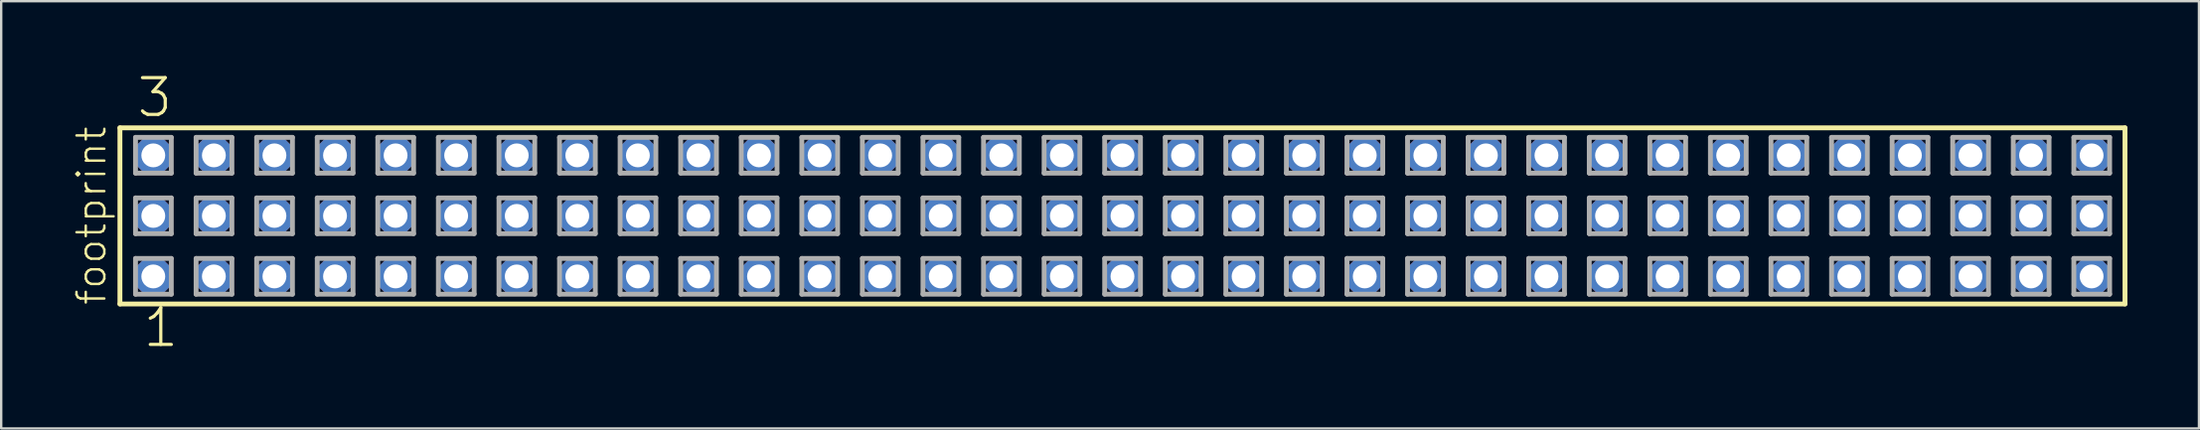
<source format=kicad_pcb>
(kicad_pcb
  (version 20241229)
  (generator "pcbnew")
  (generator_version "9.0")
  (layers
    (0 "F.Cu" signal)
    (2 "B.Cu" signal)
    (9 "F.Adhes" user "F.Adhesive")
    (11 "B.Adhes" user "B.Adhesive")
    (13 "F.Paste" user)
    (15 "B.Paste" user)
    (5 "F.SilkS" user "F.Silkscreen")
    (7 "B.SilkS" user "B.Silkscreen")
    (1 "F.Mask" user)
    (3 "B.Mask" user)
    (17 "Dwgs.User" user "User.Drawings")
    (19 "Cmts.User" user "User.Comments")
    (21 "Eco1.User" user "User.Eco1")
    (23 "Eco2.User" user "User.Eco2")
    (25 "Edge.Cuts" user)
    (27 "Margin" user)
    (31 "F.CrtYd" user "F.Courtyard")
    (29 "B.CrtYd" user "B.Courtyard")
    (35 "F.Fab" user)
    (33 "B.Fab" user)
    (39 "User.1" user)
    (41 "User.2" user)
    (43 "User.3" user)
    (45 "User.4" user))
  (footprint "footprint"
    (layer "F.Cu")
    (at 44.018 6.009)
    (property "Reference" "footprint" (at -42.545 3.81 90) (layer "F.SilkS") (effects (font (size 1.168 1.168) (thickness 0.102)) (justify left bottom)))
    (fp_line (start -42.039 -3.695) (end 42.039 -3.695) (stroke (width 0.203) (type solid)) (layer "F.SilkS"))
    (fp_line (start -42.039 3.695) (end -42.039 -3.695) (stroke (width 0.203) (type solid)) (layer "F.SilkS"))
    (fp_line (start 42.039 -3.695) (end 42.039 3.695) (stroke (width 0.203) (type solid)) (layer "F.SilkS"))
    (fp_line (start 42.039 3.695) (end -42.039 3.695) (stroke (width 0.203) (type solid)) (layer "F.SilkS"))
    (fp_line (start -41.385 -3.295) (end -39.885 -3.295) (stroke (width 0.203) (type solid)) (layer "F.Fab"))
    (fp_line (start -41.385 -1.795) (end -41.385 -3.295) (stroke (width 0.203) (type solid)) (layer "F.Fab"))
    (fp_line (start -41.385 -0.755) (end -39.885 -0.755) (stroke (width 0.203) (type solid)) (layer "F.Fab"))
    (fp_line (start -41.385 0.745) (end -41.385 -0.755) (stroke (width 0.203) (type solid)) (layer "F.Fab"))
    (fp_line (start -41.385 1.785) (end -39.885 1.785) (stroke (width 0.203) (type solid)) (layer "F.Fab"))
    (fp_line (start -41.385 3.285) (end -41.385 1.785) (stroke (width 0.203) (type solid)) (layer "F.Fab"))
    (fp_line (start -39.885 -3.295) (end -39.885 -1.795) (stroke (width 0.203) (type solid)) (layer "F.Fab"))
    (fp_line (start -39.885 -1.795) (end -41.385 -1.795) (stroke (width 0.203) (type solid)) (layer "F.Fab"))
    (fp_line (start -39.885 -0.755) (end -39.885 0.745) (stroke (width 0.203) (type solid)) (layer "F.Fab"))
    (fp_line (start -39.885 0.745) (end -41.385 0.745) (stroke (width 0.203) (type solid)) (layer "F.Fab"))
    (fp_line (start -39.885 1.785) (end -39.885 3.285) (stroke (width 0.203) (type solid)) (layer "F.Fab"))
    (fp_line (start -39.885 3.285) (end -41.385 3.285) (stroke (width 0.203) (type solid)) (layer "F.Fab"))
    (fp_line (start -38.845 -3.295) (end -37.345 -3.295) (stroke (width 0.203) (type solid)) (layer "F.Fab"))
    (fp_line (start -38.845 -1.795) (end -38.845 -3.295) (stroke (width 0.203) (type solid)) (layer "F.Fab"))
    (fp_line (start -38.845 -0.755) (end -37.345 -0.755) (stroke (width 0.203) (type solid)) (layer "F.Fab"))
    (fp_line (start -38.845 0.745) (end -38.845 -0.755) (stroke (width 0.203) (type solid)) (layer "F.Fab"))
    (fp_line (start -38.845 1.785) (end -37.345 1.785) (stroke (width 0.203) (type solid)) (layer "F.Fab"))
    (fp_line (start -38.845 3.285) (end -38.845 1.785) (stroke (width 0.203) (type solid)) (layer "F.Fab"))
    (fp_line (start -37.345 -3.295) (end -37.345 -1.795) (stroke (width 0.203) (type solid)) (layer "F.Fab"))
    (fp_line (start -37.345 -1.795) (end -38.845 -1.795) (stroke (width 0.203) (type solid)) (layer "F.Fab"))
    (fp_line (start -37.345 -0.755) (end -37.345 0.745) (stroke (width 0.203) (type solid)) (layer "F.Fab"))
    (fp_line (start -37.345 0.745) (end -38.845 0.745) (stroke (width 0.203) (type solid)) (layer "F.Fab"))
    (fp_line (start -37.345 1.785) (end -37.345 3.285) (stroke (width 0.203) (type solid)) (layer "F.Fab"))
    (fp_line (start -37.345 3.285) (end -38.845 3.285) (stroke (width 0.203) (type solid)) (layer "F.Fab"))
    (fp_line (start -36.305 -3.295) (end -34.805 -3.295) (stroke (width 0.203) (type solid)) (layer "F.Fab"))
    (fp_line (start -36.305 -1.795) (end -36.305 -3.295) (stroke (width 0.203) (type solid)) (layer "F.Fab"))
    (fp_line (start -36.305 -0.755) (end -34.805 -0.755) (stroke (width 0.203) (type solid)) (layer "F.Fab"))
    (fp_line (start -36.305 0.745) (end -36.305 -0.755) (stroke (width 0.203) (type solid)) (layer "F.Fab"))
    (fp_line (start -36.305 1.785) (end -34.805 1.785) (stroke (width 0.203) (type solid)) (layer "F.Fab"))
    (fp_line (start -36.305 3.285) (end -36.305 1.785) (stroke (width 0.203) (type solid)) (layer "F.Fab"))
    (fp_line (start -34.805 -3.295) (end -34.805 -1.795) (stroke (width 0.203) (type solid)) (layer "F.Fab"))
    (fp_line (start -34.805 -1.795) (end -36.305 -1.795) (stroke (width 0.203) (type solid)) (layer "F.Fab"))
    (fp_line (start -34.805 -0.755) (end -34.805 0.745) (stroke (width 0.203) (type solid)) (layer "F.Fab"))
    (fp_line (start -34.805 0.745) (end -36.305 0.745) (stroke (width 0.203) (type solid)) (layer "F.Fab"))
    (fp_line (start -34.805 1.785) (end -34.805 3.285) (stroke (width 0.203) (type solid)) (layer "F.Fab"))
    (fp_line (start -34.805 3.285) (end -36.305 3.285) (stroke (width 0.203) (type solid)) (layer "F.Fab"))
    (fp_line (start -33.765 -3.295) (end -32.265 -3.295) (stroke (width 0.203) (type solid)) (layer "F.Fab"))
    (fp_line (start -33.765 -1.795) (end -33.765 -3.295) (stroke (width 0.203) (type solid)) (layer "F.Fab"))
    (fp_line (start -33.765 -0.755) (end -32.265 -0.755) (stroke (width 0.203) (type solid)) (layer "F.Fab"))
    (fp_line (start -33.765 0.745) (end -33.765 -0.755) (stroke (width 0.203) (type solid)) (layer "F.Fab"))
    (fp_line (start -33.765 1.785) (end -32.265 1.785) (stroke (width 0.203) (type solid)) (layer "F.Fab"))
    (fp_line (start -33.765 3.285) (end -33.765 1.785) (stroke (width 0.203) (type solid)) (layer "F.Fab"))
    (fp_line (start -32.265 -3.295) (end -32.265 -1.795) (stroke (width 0.203) (type solid)) (layer "F.Fab"))
    (fp_line (start -32.265 -1.795) (end -33.765 -1.795) (stroke (width 0.203) (type solid)) (layer "F.Fab"))
    (fp_line (start -32.265 -0.755) (end -32.265 0.745) (stroke (width 0.203) (type solid)) (layer "F.Fab"))
    (fp_line (start -32.265 0.745) (end -33.765 0.745) (stroke (width 0.203) (type solid)) (layer "F.Fab"))
    (fp_line (start -32.265 1.785) (end -32.265 3.285) (stroke (width 0.203) (type solid)) (layer "F.Fab"))
    (fp_line (start -32.265 3.285) (end -33.765 3.285) (stroke (width 0.203) (type solid)) (layer "F.Fab"))
    (fp_line (start -31.225 -3.295) (end -29.725 -3.295) (stroke (width 0.203) (type solid)) (layer "F.Fab"))
    (fp_line (start -31.225 -1.795) (end -31.225 -3.295) (stroke (width 0.203) (type solid)) (layer "F.Fab"))
    (fp_line (start -31.225 -0.755) (end -29.725 -0.755) (stroke (width 0.203) (type solid)) (layer "F.Fab"))
    (fp_line (start -31.225 0.745) (end -31.225 -0.755) (stroke (width 0.203) (type solid)) (layer "F.Fab"))
    (fp_line (start -31.225 1.785) (end -29.725 1.785) (stroke (width 0.203) (type solid)) (layer "F.Fab"))
    (fp_line (start -31.225 3.285) (end -31.225 1.785) (stroke (width 0.203) (type solid)) (layer "F.Fab"))
    (fp_line (start -29.725 -3.295) (end -29.725 -1.795) (stroke (width 0.203) (type solid)) (layer "F.Fab"))
    (fp_line (start -29.725 -1.795) (end -31.225 -1.795) (stroke (width 0.203) (type solid)) (layer "F.Fab"))
    (fp_line (start -29.725 -0.755) (end -29.725 0.745) (stroke (width 0.203) (type solid)) (layer "F.Fab"))
    (fp_line (start -29.725 0.745) (end -31.225 0.745) (stroke (width 0.203) (type solid)) (layer "F.Fab"))
    (fp_line (start -29.725 1.785) (end -29.725 3.285) (stroke (width 0.203) (type solid)) (layer "F.Fab"))
    (fp_line (start -29.725 3.285) (end -31.225 3.285) (stroke (width 0.203) (type solid)) (layer "F.Fab"))
    (fp_line (start -28.685 -3.295) (end -27.185 -3.295) (stroke (width 0.203) (type solid)) (layer "F.Fab"))
    (fp_line (start -28.685 -1.795) (end -28.685 -3.295) (stroke (width 0.203) (type solid)) (layer "F.Fab"))
    (fp_line (start -28.685 -0.755) (end -27.185 -0.755) (stroke (width 0.203) (type solid)) (layer "F.Fab"))
    (fp_line (start -28.685 0.745) (end -28.685 -0.755) (stroke (width 0.203) (type solid)) (layer "F.Fab"))
    (fp_line (start -28.685 1.785) (end -27.185 1.785) (stroke (width 0.203) (type solid)) (layer "F.Fab"))
    (fp_line (start -28.685 3.285) (end -28.685 1.785) (stroke (width 0.203) (type solid)) (layer "F.Fab"))
    (fp_line (start -27.185 -3.295) (end -27.185 -1.795) (stroke (width 0.203) (type solid)) (layer "F.Fab"))
    (fp_line (start -27.185 -1.795) (end -28.685 -1.795) (stroke (width 0.203) (type solid)) (layer "F.Fab"))
    (fp_line (start -27.185 -0.755) (end -27.185 0.745) (stroke (width 0.203) (type solid)) (layer "F.Fab"))
    (fp_line (start -27.185 0.745) (end -28.685 0.745) (stroke (width 0.203) (type solid)) (layer "F.Fab"))
    (fp_line (start -27.185 1.785) (end -27.185 3.285) (stroke (width 0.203) (type solid)) (layer "F.Fab"))
    (fp_line (start -27.185 3.285) (end -28.685 3.285) (stroke (width 0.203) (type solid)) (layer "F.Fab"))
    (fp_line (start -26.145 -3.295) (end -24.645 -3.295) (stroke (width 0.203) (type solid)) (layer "F.Fab"))
    (fp_line (start -26.145 -1.795) (end -26.145 -3.295) (stroke (width 0.203) (type solid)) (layer "F.Fab"))
    (fp_line (start -26.145 -0.755) (end -24.645 -0.755) (stroke (width 0.203) (type solid)) (layer "F.Fab"))
    (fp_line (start -26.145 0.745) (end -26.145 -0.755) (stroke (width 0.203) (type solid)) (layer "F.Fab"))
    (fp_line (start -26.145 1.785) (end -24.645 1.785) (stroke (width 0.203) (type solid)) (layer "F.Fab"))
    (fp_line (start -26.145 3.285) (end -26.145 1.785) (stroke (width 0.203) (type solid)) (layer "F.Fab"))
    (fp_line (start -24.645 -3.295) (end -24.645 -1.795) (stroke (width 0.203) (type solid)) (layer "F.Fab"))
    (fp_line (start -24.645 -1.795) (end -26.145 -1.795) (stroke (width 0.203) (type solid)) (layer "F.Fab"))
    (fp_line (start -24.645 -0.755) (end -24.645 0.745) (stroke (width 0.203) (type solid)) (layer "F.Fab"))
    (fp_line (start -24.645 0.745) (end -26.145 0.745) (stroke (width 0.203) (type solid)) (layer "F.Fab"))
    (fp_line (start -24.645 1.785) (end -24.645 3.285) (stroke (width 0.203) (type solid)) (layer "F.Fab"))
    (fp_line (start -24.645 3.285) (end -26.145 3.285) (stroke (width 0.203) (type solid)) (layer "F.Fab"))
    (fp_line (start -23.605 -3.295) (end -22.105 -3.295) (stroke (width 0.203) (type solid)) (layer "F.Fab"))
    (fp_line (start -23.605 -1.795) (end -23.605 -3.295) (stroke (width 0.203) (type solid)) (layer "F.Fab"))
    (fp_line (start -23.605 -0.755) (end -22.105 -0.755) (stroke (width 0.203) (type solid)) (layer "F.Fab"))
    (fp_line (start -23.605 0.745) (end -23.605 -0.755) (stroke (width 0.203) (type solid)) (layer "F.Fab"))
    (fp_line (start -23.605 1.785) (end -22.105 1.785) (stroke (width 0.203) (type solid)) (layer "F.Fab"))
    (fp_line (start -23.605 3.285) (end -23.605 1.785) (stroke (width 0.203) (type solid)) (layer "F.Fab"))
    (fp_line (start -22.105 -3.295) (end -22.105 -1.795) (stroke (width 0.203) (type solid)) (layer "F.Fab"))
    (fp_line (start -22.105 -1.795) (end -23.605 -1.795) (stroke (width 0.203) (type solid)) (layer "F.Fab"))
    (fp_line (start -22.105 -0.755) (end -22.105 0.745) (stroke (width 0.203) (type solid)) (layer "F.Fab"))
    (fp_line (start -22.105 0.745) (end -23.605 0.745) (stroke (width 0.203) (type solid)) (layer "F.Fab"))
    (fp_line (start -22.105 1.785) (end -22.105 3.285) (stroke (width 0.203) (type solid)) (layer "F.Fab"))
    (fp_line (start -22.105 3.285) (end -23.605 3.285) (stroke (width 0.203) (type solid)) (layer "F.Fab"))
    (fp_line (start -21.065 -3.295) (end -19.565 -3.295) (stroke (width 0.203) (type solid)) (layer "F.Fab"))
    (fp_line (start -21.065 -1.795) (end -21.065 -3.295) (stroke (width 0.203) (type solid)) (layer "F.Fab"))
    (fp_line (start -21.065 -0.755) (end -19.565 -0.755) (stroke (width 0.203) (type solid)) (layer "F.Fab"))
    (fp_line (start -21.065 0.745) (end -21.065 -0.755) (stroke (width 0.203) (type solid)) (layer "F.Fab"))
    (fp_line (start -21.065 1.785) (end -19.565 1.785) (stroke (width 0.203) (type solid)) (layer "F.Fab"))
    (fp_line (start -21.065 3.285) (end -21.065 1.785) (stroke (width 0.203) (type solid)) (layer "F.Fab"))
    (fp_line (start -19.565 -3.295) (end -19.565 -1.795) (stroke (width 0.203) (type solid)) (layer "F.Fab"))
    (fp_line (start -19.565 -1.795) (end -21.065 -1.795) (stroke (width 0.203) (type solid)) (layer "F.Fab"))
    (fp_line (start -19.565 -0.755) (end -19.565 0.745) (stroke (width 0.203) (type solid)) (layer "F.Fab"))
    (fp_line (start -19.565 0.745) (end -21.065 0.745) (stroke (width 0.203) (type solid)) (layer "F.Fab"))
    (fp_line (start -19.565 1.785) (end -19.565 3.285) (stroke (width 0.203) (type solid)) (layer "F.Fab"))
    (fp_line (start -19.565 3.285) (end -21.065 3.285) (stroke (width 0.203) (type solid)) (layer "F.Fab"))
    (fp_line (start -18.525 -3.295) (end -17.025 -3.295) (stroke (width 0.203) (type solid)) (layer "F.Fab"))
    (fp_line (start -18.525 -1.795) (end -18.525 -3.295) (stroke (width 0.203) (type solid)) (layer "F.Fab"))
    (fp_line (start -18.525 -0.755) (end -17.025 -0.755) (stroke (width 0.203) (type solid)) (layer "F.Fab"))
    (fp_line (start -18.525 0.745) (end -18.525 -0.755) (stroke (width 0.203) (type solid)) (layer "F.Fab"))
    (fp_line (start -18.525 1.785) (end -17.025 1.785) (stroke (width 0.203) (type solid)) (layer "F.Fab"))
    (fp_line (start -18.525 3.285) (end -18.525 1.785) (stroke (width 0.203) (type solid)) (layer "F.Fab"))
    (fp_line (start -17.025 -3.295) (end -17.025 -1.795) (stroke (width 0.203) (type solid)) (layer "F.Fab"))
    (fp_line (start -17.025 -1.795) (end -18.525 -1.795) (stroke (width 0.203) (type solid)) (layer "F.Fab"))
    (fp_line (start -17.025 -0.755) (end -17.025 0.745) (stroke (width 0.203) (type solid)) (layer "F.Fab"))
    (fp_line (start -17.025 0.745) (end -18.525 0.745) (stroke (width 0.203) (type solid)) (layer "F.Fab"))
    (fp_line (start -17.025 1.785) (end -17.025 3.285) (stroke (width 0.203) (type solid)) (layer "F.Fab"))
    (fp_line (start -17.025 3.285) (end -18.525 3.285) (stroke (width 0.203) (type solid)) (layer "F.Fab"))
    (fp_line (start -15.985 -3.295) (end -14.485 -3.295) (stroke (width 0.203) (type solid)) (layer "F.Fab"))
    (fp_line (start -15.985 -1.795) (end -15.985 -3.295) (stroke (width 0.203) (type solid)) (layer "F.Fab"))
    (fp_line (start -15.985 -0.755) (end -14.485 -0.755) (stroke (width 0.203) (type solid)) (layer "F.Fab"))
    (fp_line (start -15.985 0.745) (end -15.985 -0.755) (stroke (width 0.203) (type solid)) (layer "F.Fab"))
    (fp_line (start -15.985 1.785) (end -14.485 1.785) (stroke (width 0.203) (type solid)) (layer "F.Fab"))
    (fp_line (start -15.985 3.285) (end -15.985 1.785) (stroke (width 0.203) (type solid)) (layer "F.Fab"))
    (fp_line (start -14.485 -3.295) (end -14.485 -1.795) (stroke (width 0.203) (type solid)) (layer "F.Fab"))
    (fp_line (start -14.485 -1.795) (end -15.985 -1.795) (stroke (width 0.203) (type solid)) (layer "F.Fab"))
    (fp_line (start -14.485 -0.755) (end -14.485 0.745) (stroke (width 0.203) (type solid)) (layer "F.Fab"))
    (fp_line (start -14.485 0.745) (end -15.985 0.745) (stroke (width 0.203) (type solid)) (layer "F.Fab"))
    (fp_line (start -14.485 1.785) (end -14.485 3.285) (stroke (width 0.203) (type solid)) (layer "F.Fab"))
    (fp_line (start -14.485 3.285) (end -15.985 3.285) (stroke (width 0.203) (type solid)) (layer "F.Fab"))
    (fp_line (start -13.445 -3.295) (end -11.945 -3.295) (stroke (width 0.203) (type solid)) (layer "F.Fab"))
    (fp_line (start -13.445 -1.795) (end -13.445 -3.295) (stroke (width 0.203) (type solid)) (layer "F.Fab"))
    (fp_line (start -13.445 -0.755) (end -11.945 -0.755) (stroke (width 0.203) (type solid)) (layer "F.Fab"))
    (fp_line (start -13.445 0.745) (end -13.445 -0.755) (stroke (width 0.203) (type solid)) (layer "F.Fab"))
    (fp_line (start -13.445 1.785) (end -11.945 1.785) (stroke (width 0.203) (type solid)) (layer "F.Fab"))
    (fp_line (start -13.445 3.285) (end -13.445 1.785) (stroke (width 0.203) (type solid)) (layer "F.Fab"))
    (fp_line (start -11.945 -3.295) (end -11.945 -1.795) (stroke (width 0.203) (type solid)) (layer "F.Fab"))
    (fp_line (start -11.945 -1.795) (end -13.445 -1.795) (stroke (width 0.203) (type solid)) (layer "F.Fab"))
    (fp_line (start -11.945 -0.755) (end -11.945 0.745) (stroke (width 0.203) (type solid)) (layer "F.Fab"))
    (fp_line (start -11.945 0.745) (end -13.445 0.745) (stroke (width 0.203) (type solid)) (layer "F.Fab"))
    (fp_line (start -11.945 1.785) (end -11.945 3.285) (stroke (width 0.203) (type solid)) (layer "F.Fab"))
    (fp_line (start -11.945 3.285) (end -13.445 3.285) (stroke (width 0.203) (type solid)) (layer "F.Fab"))
    (fp_line (start -10.905 -3.295) (end -9.405 -3.295) (stroke (width 0.203) (type solid)) (layer "F.Fab"))
    (fp_line (start -10.905 -1.795) (end -10.905 -3.295) (stroke (width 0.203) (type solid)) (layer "F.Fab"))
    (fp_line (start -10.905 -0.755) (end -9.405 -0.755) (stroke (width 0.203) (type solid)) (layer "F.Fab"))
    (fp_line (start -10.905 0.745) (end -10.905 -0.755) (stroke (width 0.203) (type solid)) (layer "F.Fab"))
    (fp_line (start -10.905 1.785) (end -9.405 1.785) (stroke (width 0.203) (type solid)) (layer "F.Fab"))
    (fp_line (start -10.905 3.285) (end -10.905 1.785) (stroke (width 0.203) (type solid)) (layer "F.Fab"))
    (fp_line (start -9.405 -3.295) (end -9.405 -1.795) (stroke (width 0.203) (type solid)) (layer "F.Fab"))
    (fp_line (start -9.405 -1.795) (end -10.905 -1.795) (stroke (width 0.203) (type solid)) (layer "F.Fab"))
    (fp_line (start -9.405 -0.755) (end -9.405 0.745) (stroke (width 0.203) (type solid)) (layer "F.Fab"))
    (fp_line (start -9.405 0.745) (end -10.905 0.745) (stroke (width 0.203) (type solid)) (layer "F.Fab"))
    (fp_line (start -9.405 1.785) (end -9.405 3.285) (stroke (width 0.203) (type solid)) (layer "F.Fab"))
    (fp_line (start -9.405 3.285) (end -10.905 3.285) (stroke (width 0.203) (type solid)) (layer "F.Fab"))
    (fp_line (start -8.365 -3.295) (end -6.865 -3.295) (stroke (width 0.203) (type solid)) (layer "F.Fab"))
    (fp_line (start -8.365 -1.795) (end -8.365 -3.295) (stroke (width 0.203) (type solid)) (layer "F.Fab"))
    (fp_line (start -8.365 -0.755) (end -6.865 -0.755) (stroke (width 0.203) (type solid)) (layer "F.Fab"))
    (fp_line (start -8.365 0.745) (end -8.365 -0.755) (stroke (width 0.203) (type solid)) (layer "F.Fab"))
    (fp_line (start -8.365 1.785) (end -6.865 1.785) (stroke (width 0.203) (type solid)) (layer "F.Fab"))
    (fp_line (start -8.365 3.285) (end -8.365 1.785) (stroke (width 0.203) (type solid)) (layer "F.Fab"))
    (fp_line (start -6.865 -3.295) (end -6.865 -1.795) (stroke (width 0.203) (type solid)) (layer "F.Fab"))
    (fp_line (start -6.865 -1.795) (end -8.365 -1.795) (stroke (width 0.203) (type solid)) (layer "F.Fab"))
    (fp_line (start -6.865 -0.755) (end -6.865 0.745) (stroke (width 0.203) (type solid)) (layer "F.Fab"))
    (fp_line (start -6.865 0.745) (end -8.365 0.745) (stroke (width 0.203) (type solid)) (layer "F.Fab"))
    (fp_line (start -6.865 1.785) (end -6.865 3.285) (stroke (width 0.203) (type solid)) (layer "F.Fab"))
    (fp_line (start -6.865 3.285) (end -8.365 3.285) (stroke (width 0.203) (type solid)) (layer "F.Fab"))
    (fp_line (start -5.825 -3.295) (end -4.325 -3.295) (stroke (width 0.203) (type solid)) (layer "F.Fab"))
    (fp_line (start -5.825 -1.795) (end -5.825 -3.295) (stroke (width 0.203) (type solid)) (layer "F.Fab"))
    (fp_line (start -5.825 -0.755) (end -4.325 -0.755) (stroke (width 0.203) (type solid)) (layer "F.Fab"))
    (fp_line (start -5.825 0.745) (end -5.825 -0.755) (stroke (width 0.203) (type solid)) (layer "F.Fab"))
    (fp_line (start -5.825 1.785) (end -4.325 1.785) (stroke (width 0.203) (type solid)) (layer "F.Fab"))
    (fp_line (start -5.825 3.285) (end -5.825 1.785) (stroke (width 0.203) (type solid)) (layer "F.Fab"))
    (fp_line (start -4.325 -3.295) (end -4.325 -1.795) (stroke (width 0.203) (type solid)) (layer "F.Fab"))
    (fp_line (start -4.325 -1.795) (end -5.825 -1.795) (stroke (width 0.203) (type solid)) (layer "F.Fab"))
    (fp_line (start -4.325 -0.755) (end -4.325 0.745) (stroke (width 0.203) (type solid)) (layer "F.Fab"))
    (fp_line (start -4.325 0.745) (end -5.825 0.745) (stroke (width 0.203) (type solid)) (layer "F.Fab"))
    (fp_line (start -4.325 1.785) (end -4.325 3.285) (stroke (width 0.203) (type solid)) (layer "F.Fab"))
    (fp_line (start -4.325 3.285) (end -5.825 3.285) (stroke (width 0.203) (type solid)) (layer "F.Fab"))
    (fp_line (start -3.285 -3.295) (end -1.785 -3.295) (stroke (width 0.203) (type solid)) (layer "F.Fab"))
    (fp_line (start -3.285 -1.795) (end -3.285 -3.295) (stroke (width 0.203) (type solid)) (layer "F.Fab"))
    (fp_line (start -3.285 -0.755) (end -1.785 -0.755) (stroke (width 0.203) (type solid)) (layer "F.Fab"))
    (fp_line (start -3.285 0.745) (end -3.285 -0.755) (stroke (width 0.203) (type solid)) (layer "F.Fab"))
    (fp_line (start -3.285 1.785) (end -1.785 1.785) (stroke (width 0.203) (type solid)) (layer "F.Fab"))
    (fp_line (start -3.285 3.285) (end -3.285 1.785) (stroke (width 0.203) (type solid)) (layer "F.Fab"))
    (fp_line (start -1.785 -3.295) (end -1.785 -1.795) (stroke (width 0.203) (type solid)) (layer "F.Fab"))
    (fp_line (start -1.785 -1.795) (end -3.285 -1.795) (stroke (width 0.203) (type solid)) (layer "F.Fab"))
    (fp_line (start -1.785 -0.755) (end -1.785 0.745) (stroke (width 0.203) (type solid)) (layer "F.Fab"))
    (fp_line (start -1.785 0.745) (end -3.285 0.745) (stroke (width 0.203) (type solid)) (layer "F.Fab"))
    (fp_line (start -1.785 1.785) (end -1.785 3.285) (stroke (width 0.203) (type solid)) (layer "F.Fab"))
    (fp_line (start -1.785 3.285) (end -3.285 3.285) (stroke (width 0.203) (type solid)) (layer "F.Fab"))
    (fp_line (start -0.745 -3.295) (end 0.755 -3.295) (stroke (width 0.203) (type solid)) (layer "F.Fab"))
    (fp_line (start -0.745 -1.795) (end -0.745 -3.295) (stroke (width 0.203) (type solid)) (layer "F.Fab"))
    (fp_line (start -0.745 -0.755) (end 0.755 -0.755) (stroke (width 0.203) (type solid)) (layer "F.Fab"))
    (fp_line (start -0.745 0.745) (end -0.745 -0.755) (stroke (width 0.203) (type solid)) (layer "F.Fab"))
    (fp_line (start -0.745 1.785) (end 0.755 1.785) (stroke (width 0.203) (type solid)) (layer "F.Fab"))
    (fp_line (start -0.745 3.285) (end -0.745 1.785) (stroke (width 0.203) (type solid)) (layer "F.Fab"))
    (fp_line (start 0.755 -3.295) (end 0.755 -1.795) (stroke (width 0.203) (type solid)) (layer "F.Fab"))
    (fp_line (start 0.755 -1.795) (end -0.745 -1.795) (stroke (width 0.203) (type solid)) (layer "F.Fab"))
    (fp_line (start 0.755 -0.755) (end 0.755 0.745) (stroke (width 0.203) (type solid)) (layer "F.Fab"))
    (fp_line (start 0.755 0.745) (end -0.745 0.745) (stroke (width 0.203) (type solid)) (layer "F.Fab"))
    (fp_line (start 0.755 1.785) (end 0.755 3.285) (stroke (width 0.203) (type solid)) (layer "F.Fab"))
    (fp_line (start 0.755 3.285) (end -0.745 3.285) (stroke (width 0.203) (type solid)) (layer "F.Fab"))
    (fp_line (start 1.795 -3.295) (end 3.295 -3.295) (stroke (width 0.203) (type solid)) (layer "F.Fab"))
    (fp_line (start 1.795 -1.795) (end 1.795 -3.295) (stroke (width 0.203) (type solid)) (layer "F.Fab"))
    (fp_line (start 1.795 -0.755) (end 3.295 -0.755) (stroke (width 0.203) (type solid)) (layer "F.Fab"))
    (fp_line (start 1.795 0.745) (end 1.795 -0.755) (stroke (width 0.203) (type solid)) (layer "F.Fab"))
    (fp_line (start 1.795 1.785) (end 3.295 1.785) (stroke (width 0.203) (type solid)) (layer "F.Fab"))
    (fp_line (start 1.795 3.285) (end 1.795 1.785) (stroke (width 0.203) (type solid)) (layer "F.Fab"))
    (fp_line (start 3.295 -3.295) (end 3.295 -1.795) (stroke (width 0.203) (type solid)) (layer "F.Fab"))
    (fp_line (start 3.295 -1.795) (end 1.795 -1.795) (stroke (width 0.203) (type solid)) (layer "F.Fab"))
    (fp_line (start 3.295 -0.755) (end 3.295 0.745) (stroke (width 0.203) (type solid)) (layer "F.Fab"))
    (fp_line (start 3.295 0.745) (end 1.795 0.745) (stroke (width 0.203) (type solid)) (layer "F.Fab"))
    (fp_line (start 3.295 1.785) (end 3.295 3.285) (stroke (width 0.203) (type solid)) (layer "F.Fab"))
    (fp_line (start 3.295 3.285) (end 1.795 3.285) (stroke (width 0.203) (type solid)) (layer "F.Fab"))
    (fp_line (start 4.335 -3.295) (end 5.835 -3.295) (stroke (width 0.203) (type solid)) (layer "F.Fab"))
    (fp_line (start 4.335 -1.795) (end 4.335 -3.295) (stroke (width 0.203) (type solid)) (layer "F.Fab"))
    (fp_line (start 4.335 -0.755) (end 5.835 -0.755) (stroke (width 0.203) (type solid)) (layer "F.Fab"))
    (fp_line (start 4.335 0.745) (end 4.335 -0.755) (stroke (width 0.203) (type solid)) (layer "F.Fab"))
    (fp_line (start 4.335 1.785) (end 5.835 1.785) (stroke (width 0.203) (type solid)) (layer "F.Fab"))
    (fp_line (start 4.335 3.285) (end 4.335 1.785) (stroke (width 0.203) (type solid)) (layer "F.Fab"))
    (fp_line (start 5.835 -3.295) (end 5.835 -1.795) (stroke (width 0.203) (type solid)) (layer "F.Fab"))
    (fp_line (start 5.835 -1.795) (end 4.335 -1.795) (stroke (width 0.203) (type solid)) (layer "F.Fab"))
    (fp_line (start 5.835 -0.755) (end 5.835 0.745) (stroke (width 0.203) (type solid)) (layer "F.Fab"))
    (fp_line (start 5.835 0.745) (end 4.335 0.745) (stroke (width 0.203) (type solid)) (layer "F.Fab"))
    (fp_line (start 5.835 1.785) (end 5.835 3.285) (stroke (width 0.203) (type solid)) (layer "F.Fab"))
    (fp_line (start 5.835 3.285) (end 4.335 3.285) (stroke (width 0.203) (type solid)) (layer "F.Fab"))
    (fp_line (start 6.875 -3.295) (end 8.375 -3.295) (stroke (width 0.203) (type solid)) (layer "F.Fab"))
    (fp_line (start 6.875 -1.795) (end 6.875 -3.295) (stroke (width 0.203) (type solid)) (layer "F.Fab"))
    (fp_line (start 6.875 -0.755) (end 8.375 -0.755) (stroke (width 0.203) (type solid)) (layer "F.Fab"))
    (fp_line (start 6.875 0.745) (end 6.875 -0.755) (stroke (width 0.203) (type solid)) (layer "F.Fab"))
    (fp_line (start 6.875 1.785) (end 8.375 1.785) (stroke (width 0.203) (type solid)) (layer "F.Fab"))
    (fp_line (start 6.875 3.285) (end 6.875 1.785) (stroke (width 0.203) (type solid)) (layer "F.Fab"))
    (fp_line (start 8.375 -3.295) (end 8.375 -1.795) (stroke (width 0.203) (type solid)) (layer "F.Fab"))
    (fp_line (start 8.375 -1.795) (end 6.875 -1.795) (stroke (width 0.203) (type solid)) (layer "F.Fab"))
    (fp_line (start 8.375 -0.755) (end 8.375 0.745) (stroke (width 0.203) (type solid)) (layer "F.Fab"))
    (fp_line (start 8.375 0.745) (end 6.875 0.745) (stroke (width 0.203) (type solid)) (layer "F.Fab"))
    (fp_line (start 8.375 1.785) (end 8.375 3.285) (stroke (width 0.203) (type solid)) (layer "F.Fab"))
    (fp_line (start 8.375 3.285) (end 6.875 3.285) (stroke (width 0.203) (type solid)) (layer "F.Fab"))
    (fp_line (start 9.415 -3.295) (end 10.915 -3.295) (stroke (width 0.203) (type solid)) (layer "F.Fab"))
    (fp_line (start 9.415 -1.795) (end 9.415 -3.295) (stroke (width 0.203) (type solid)) (layer "F.Fab"))
    (fp_line (start 9.415 -0.755) (end 10.915 -0.755) (stroke (width 0.203) (type solid)) (layer "F.Fab"))
    (fp_line (start 9.415 0.745) (end 9.415 -0.755) (stroke (width 0.203) (type solid)) (layer "F.Fab"))
    (fp_line (start 9.415 1.785) (end 10.915 1.785) (stroke (width 0.203) (type solid)) (layer "F.Fab"))
    (fp_line (start 9.415 3.285) (end 9.415 1.785) (stroke (width 0.203) (type solid)) (layer "F.Fab"))
    (fp_line (start 10.915 -3.295) (end 10.915 -1.795) (stroke (width 0.203) (type solid)) (layer "F.Fab"))
    (fp_line (start 10.915 -1.795) (end 9.415 -1.795) (stroke (width 0.203) (type solid)) (layer "F.Fab"))
    (fp_line (start 10.915 -0.755) (end 10.915 0.745) (stroke (width 0.203) (type solid)) (layer "F.Fab"))
    (fp_line (start 10.915 0.745) (end 9.415 0.745) (stroke (width 0.203) (type solid)) (layer "F.Fab"))
    (fp_line (start 10.915 1.785) (end 10.915 3.285) (stroke (width 0.203) (type solid)) (layer "F.Fab"))
    (fp_line (start 10.915 3.285) (end 9.415 3.285) (stroke (width 0.203) (type solid)) (layer "F.Fab"))
    (fp_line (start 11.955 -3.295) (end 13.455 -3.295) (stroke (width 0.203) (type solid)) (layer "F.Fab"))
    (fp_line (start 11.955 -1.795) (end 11.955 -3.295) (stroke (width 0.203) (type solid)) (layer "F.Fab"))
    (fp_line (start 11.955 -0.755) (end 13.455 -0.755) (stroke (width 0.203) (type solid)) (layer "F.Fab"))
    (fp_line (start 11.955 0.745) (end 11.955 -0.755) (stroke (width 0.203) (type solid)) (layer "F.Fab"))
    (fp_line (start 11.955 1.785) (end 13.455 1.785) (stroke (width 0.203) (type solid)) (layer "F.Fab"))
    (fp_line (start 11.955 3.285) (end 11.955 1.785) (stroke (width 0.203) (type solid)) (layer "F.Fab"))
    (fp_line (start 13.455 -3.295) (end 13.455 -1.795) (stroke (width 0.203) (type solid)) (layer "F.Fab"))
    (fp_line (start 13.455 -1.795) (end 11.955 -1.795) (stroke (width 0.203) (type solid)) (layer "F.Fab"))
    (fp_line (start 13.455 -0.755) (end 13.455 0.745) (stroke (width 0.203) (type solid)) (layer "F.Fab"))
    (fp_line (start 13.455 0.745) (end 11.955 0.745) (stroke (width 0.203) (type solid)) (layer "F.Fab"))
    (fp_line (start 13.455 1.785) (end 13.455 3.285) (stroke (width 0.203) (type solid)) (layer "F.Fab"))
    (fp_line (start 13.455 3.285) (end 11.955 3.285) (stroke (width 0.203) (type solid)) (layer "F.Fab"))
    (fp_line (start 14.495 -3.295) (end 15.995 -3.295) (stroke (width 0.203) (type solid)) (layer "F.Fab"))
    (fp_line (start 14.495 -1.795) (end 14.495 -3.295) (stroke (width 0.203) (type solid)) (layer "F.Fab"))
    (fp_line (start 14.495 -0.755) (end 15.995 -0.755) (stroke (width 0.203) (type solid)) (layer "F.Fab"))
    (fp_line (start 14.495 0.745) (end 14.495 -0.755) (stroke (width 0.203) (type solid)) (layer "F.Fab"))
    (fp_line (start 14.495 1.785) (end 15.995 1.785) (stroke (width 0.203) (type solid)) (layer "F.Fab"))
    (fp_line (start 14.495 3.285) (end 14.495 1.785) (stroke (width 0.203) (type solid)) (layer "F.Fab"))
    (fp_line (start 15.995 -3.295) (end 15.995 -1.795) (stroke (width 0.203) (type solid)) (layer "F.Fab"))
    (fp_line (start 15.995 -1.795) (end 14.495 -1.795) (stroke (width 0.203) (type solid)) (layer "F.Fab"))
    (fp_line (start 15.995 -0.755) (end 15.995 0.745) (stroke (width 0.203) (type solid)) (layer "F.Fab"))
    (fp_line (start 15.995 0.745) (end 14.495 0.745) (stroke (width 0.203) (type solid)) (layer "F.Fab"))
    (fp_line (start 15.995 1.785) (end 15.995 3.285) (stroke (width 0.203) (type solid)) (layer "F.Fab"))
    (fp_line (start 15.995 3.285) (end 14.495 3.285) (stroke (width 0.203) (type solid)) (layer "F.Fab"))
    (fp_line (start 17.035 -3.295) (end 18.535 -3.295) (stroke (width 0.203) (type solid)) (layer "F.Fab"))
    (fp_line (start 17.035 -1.795) (end 17.035 -3.295) (stroke (width 0.203) (type solid)) (layer "F.Fab"))
    (fp_line (start 17.035 -0.755) (end 18.535 -0.755) (stroke (width 0.203) (type solid)) (layer "F.Fab"))
    (fp_line (start 17.035 0.745) (end 17.035 -0.755) (stroke (width 0.203) (type solid)) (layer "F.Fab"))
    (fp_line (start 17.035 1.785) (end 18.535 1.785) (stroke (width 0.203) (type solid)) (layer "F.Fab"))
    (fp_line (start 17.035 3.285) (end 17.035 1.785) (stroke (width 0.203) (type solid)) (layer "F.Fab"))
    (fp_line (start 18.535 -3.295) (end 18.535 -1.795) (stroke (width 0.203) (type solid)) (layer "F.Fab"))
    (fp_line (start 18.535 -1.795) (end 17.035 -1.795) (stroke (width 0.203) (type solid)) (layer "F.Fab"))
    (fp_line (start 18.535 -0.755) (end 18.535 0.745) (stroke (width 0.203) (type solid)) (layer "F.Fab"))
    (fp_line (start 18.535 0.745) (end 17.035 0.745) (stroke (width 0.203) (type solid)) (layer "F.Fab"))
    (fp_line (start 18.535 1.785) (end 18.535 3.285) (stroke (width 0.203) (type solid)) (layer "F.Fab"))
    (fp_line (start 18.535 3.285) (end 17.035 3.285) (stroke (width 0.203) (type solid)) (layer "F.Fab"))
    (fp_line (start 19.575 -3.295) (end 21.075 -3.295) (stroke (width 0.203) (type solid)) (layer "F.Fab"))
    (fp_line (start 19.575 -1.795) (end 19.575 -3.295) (stroke (width 0.203) (type solid)) (layer "F.Fab"))
    (fp_line (start 19.575 -0.755) (end 21.075 -0.755) (stroke (width 0.203) (type solid)) (layer "F.Fab"))
    (fp_line (start 19.575 0.745) (end 19.575 -0.755) (stroke (width 0.203) (type solid)) (layer "F.Fab"))
    (fp_line (start 19.575 1.785) (end 21.075 1.785) (stroke (width 0.203) (type solid)) (layer "F.Fab"))
    (fp_line (start 19.575 3.285) (end 19.575 1.785) (stroke (width 0.203) (type solid)) (layer "F.Fab"))
    (fp_line (start 21.075 -3.295) (end 21.075 -1.795) (stroke (width 0.203) (type solid)) (layer "F.Fab"))
    (fp_line (start 21.075 -1.795) (end 19.575 -1.795) (stroke (width 0.203) (type solid)) (layer "F.Fab"))
    (fp_line (start 21.075 -0.755) (end 21.075 0.745) (stroke (width 0.203) (type solid)) (layer "F.Fab"))
    (fp_line (start 21.075 0.745) (end 19.575 0.745) (stroke (width 0.203) (type solid)) (layer "F.Fab"))
    (fp_line (start 21.075 1.785) (end 21.075 3.285) (stroke (width 0.203) (type solid)) (layer "F.Fab"))
    (fp_line (start 21.075 3.285) (end 19.575 3.285) (stroke (width 0.203) (type solid)) (layer "F.Fab"))
    (fp_line (start 22.115 -3.295) (end 23.615 -3.295) (stroke (width 0.203) (type solid)) (layer "F.Fab"))
    (fp_line (start 22.115 -1.795) (end 22.115 -3.295) (stroke (width 0.203) (type solid)) (layer "F.Fab"))
    (fp_line (start 22.115 -0.755) (end 23.615 -0.755) (stroke (width 0.203) (type solid)) (layer "F.Fab"))
    (fp_line (start 22.115 0.745) (end 22.115 -0.755) (stroke (width 0.203) (type solid)) (layer "F.Fab"))
    (fp_line (start 22.115 1.785) (end 23.615 1.785) (stroke (width 0.203) (type solid)) (layer "F.Fab"))
    (fp_line (start 22.115 3.285) (end 22.115 1.785) (stroke (width 0.203) (type solid)) (layer "F.Fab"))
    (fp_line (start 23.615 -3.295) (end 23.615 -1.795) (stroke (width 0.203) (type solid)) (layer "F.Fab"))
    (fp_line (start 23.615 -1.795) (end 22.115 -1.795) (stroke (width 0.203) (type solid)) (layer "F.Fab"))
    (fp_line (start 23.615 -0.755) (end 23.615 0.745) (stroke (width 0.203) (type solid)) (layer "F.Fab"))
    (fp_line (start 23.615 0.745) (end 22.115 0.745) (stroke (width 0.203) (type solid)) (layer "F.Fab"))
    (fp_line (start 23.615 1.785) (end 23.615 3.285) (stroke (width 0.203) (type solid)) (layer "F.Fab"))
    (fp_line (start 23.615 3.285) (end 22.115 3.285) (stroke (width 0.203) (type solid)) (layer "F.Fab"))
    (fp_line (start 24.655 -3.295) (end 26.155 -3.295) (stroke (width 0.203) (type solid)) (layer "F.Fab"))
    (fp_line (start 24.655 -1.795) (end 24.655 -3.295) (stroke (width 0.203) (type solid)) (layer "F.Fab"))
    (fp_line (start 24.655 -0.755) (end 26.155 -0.755) (stroke (width 0.203) (type solid)) (layer "F.Fab"))
    (fp_line (start 24.655 0.745) (end 24.655 -0.755) (stroke (width 0.203) (type solid)) (layer "F.Fab"))
    (fp_line (start 24.655 1.785) (end 26.155 1.785) (stroke (width 0.203) (type solid)) (layer "F.Fab"))
    (fp_line (start 24.655 3.285) (end 24.655 1.785) (stroke (width 0.203) (type solid)) (layer "F.Fab"))
    (fp_line (start 26.155 -3.295) (end 26.155 -1.795) (stroke (width 0.203) (type solid)) (layer "F.Fab"))
    (fp_line (start 26.155 -1.795) (end 24.655 -1.795) (stroke (width 0.203) (type solid)) (layer "F.Fab"))
    (fp_line (start 26.155 -0.755) (end 26.155 0.745) (stroke (width 0.203) (type solid)) (layer "F.Fab"))
    (fp_line (start 26.155 0.745) (end 24.655 0.745) (stroke (width 0.203) (type solid)) (layer "F.Fab"))
    (fp_line (start 26.155 1.785) (end 26.155 3.285) (stroke (width 0.203) (type solid)) (layer "F.Fab"))
    (fp_line (start 26.155 3.285) (end 24.655 3.285) (stroke (width 0.203) (type solid)) (layer "F.Fab"))
    (fp_line (start 27.195 -3.295) (end 28.695 -3.295) (stroke (width 0.203) (type solid)) (layer "F.Fab"))
    (fp_line (start 27.195 -1.795) (end 27.195 -3.295) (stroke (width 0.203) (type solid)) (layer "F.Fab"))
    (fp_line (start 27.195 -0.755) (end 28.695 -0.755) (stroke (width 0.203) (type solid)) (layer "F.Fab"))
    (fp_line (start 27.195 0.745) (end 27.195 -0.755) (stroke (width 0.203) (type solid)) (layer "F.Fab"))
    (fp_line (start 27.195 1.785) (end 28.695 1.785) (stroke (width 0.203) (type solid)) (layer "F.Fab"))
    (fp_line (start 27.195 3.285) (end 27.195 1.785) (stroke (width 0.203) (type solid)) (layer "F.Fab"))
    (fp_line (start 28.695 -3.295) (end 28.695 -1.795) (stroke (width 0.203) (type solid)) (layer "F.Fab"))
    (fp_line (start 28.695 -1.795) (end 27.195 -1.795) (stroke (width 0.203) (type solid)) (layer "F.Fab"))
    (fp_line (start 28.695 -0.755) (end 28.695 0.745) (stroke (width 0.203) (type solid)) (layer "F.Fab"))
    (fp_line (start 28.695 0.745) (end 27.195 0.745) (stroke (width 0.203) (type solid)) (layer "F.Fab"))
    (fp_line (start 28.695 1.785) (end 28.695 3.285) (stroke (width 0.203) (type solid)) (layer "F.Fab"))
    (fp_line (start 28.695 3.285) (end 27.195 3.285) (stroke (width 0.203) (type solid)) (layer "F.Fab"))
    (fp_line (start 29.735 -3.295) (end 31.235 -3.295) (stroke (width 0.203) (type solid)) (layer "F.Fab"))
    (fp_line (start 29.735 -1.795) (end 29.735 -3.295) (stroke (width 0.203) (type solid)) (layer "F.Fab"))
    (fp_line (start 29.735 -0.755) (end 31.235 -0.755) (stroke (width 0.203) (type solid)) (layer "F.Fab"))
    (fp_line (start 29.735 0.745) (end 29.735 -0.755) (stroke (width 0.203) (type solid)) (layer "F.Fab"))
    (fp_line (start 29.735 1.785) (end 31.235 1.785) (stroke (width 0.203) (type solid)) (layer "F.Fab"))
    (fp_line (start 29.735 3.285) (end 29.735 1.785) (stroke (width 0.203) (type solid)) (layer "F.Fab"))
    (fp_line (start 31.235 -3.295) (end 31.235 -1.795) (stroke (width 0.203) (type solid)) (layer "F.Fab"))
    (fp_line (start 31.235 -1.795) (end 29.735 -1.795) (stroke (width 0.203) (type solid)) (layer "F.Fab"))
    (fp_line (start 31.235 -0.755) (end 31.235 0.745) (stroke (width 0.203) (type solid)) (layer "F.Fab"))
    (fp_line (start 31.235 0.745) (end 29.735 0.745) (stroke (width 0.203) (type solid)) (layer "F.Fab"))
    (fp_line (start 31.235 1.785) (end 31.235 3.285) (stroke (width 0.203) (type solid)) (layer "F.Fab"))
    (fp_line (start 31.235 3.285) (end 29.735 3.285) (stroke (width 0.203) (type solid)) (layer "F.Fab"))
    (fp_line (start 32.275 -3.295) (end 33.775 -3.295) (stroke (width 0.203) (type solid)) (layer "F.Fab"))
    (fp_line (start 32.275 -1.795) (end 32.275 -3.295) (stroke (width 0.203) (type solid)) (layer "F.Fab"))
    (fp_line (start 32.275 -0.755) (end 33.775 -0.755) (stroke (width 0.203) (type solid)) (layer "F.Fab"))
    (fp_line (start 32.275 0.745) (end 32.275 -0.755) (stroke (width 0.203) (type solid)) (layer "F.Fab"))
    (fp_line (start 32.275 1.785) (end 33.775 1.785) (stroke (width 0.203) (type solid)) (layer "F.Fab"))
    (fp_line (start 32.275 3.285) (end 32.275 1.785) (stroke (width 0.203) (type solid)) (layer "F.Fab"))
    (fp_line (start 33.775 -3.295) (end 33.775 -1.795) (stroke (width 0.203) (type solid)) (layer "F.Fab"))
    (fp_line (start 33.775 -1.795) (end 32.275 -1.795) (stroke (width 0.203) (type solid)) (layer "F.Fab"))
    (fp_line (start 33.775 -0.755) (end 33.775 0.745) (stroke (width 0.203) (type solid)) (layer "F.Fab"))
    (fp_line (start 33.775 0.745) (end 32.275 0.745) (stroke (width 0.203) (type solid)) (layer "F.Fab"))
    (fp_line (start 33.775 1.785) (end 33.775 3.285) (stroke (width 0.203) (type solid)) (layer "F.Fab"))
    (fp_line (start 33.775 3.285) (end 32.275 3.285) (stroke (width 0.203) (type solid)) (layer "F.Fab"))
    (fp_line (start 34.815 -3.295) (end 36.315 -3.295) (stroke (width 0.203) (type solid)) (layer "F.Fab"))
    (fp_line (start 34.815 -1.795) (end 34.815 -3.295) (stroke (width 0.203) (type solid)) (layer "F.Fab"))
    (fp_line (start 34.815 -0.755) (end 36.315 -0.755) (stroke (width 0.203) (type solid)) (layer "F.Fab"))
    (fp_line (start 34.815 0.745) (end 34.815 -0.755) (stroke (width 0.203) (type solid)) (layer "F.Fab"))
    (fp_line (start 34.815 1.785) (end 36.315 1.785) (stroke (width 0.203) (type solid)) (layer "F.Fab"))
    (fp_line (start 34.815 3.285) (end 34.815 1.785) (stroke (width 0.203) (type solid)) (layer "F.Fab"))
    (fp_line (start 36.315 -3.295) (end 36.315 -1.795) (stroke (width 0.203) (type solid)) (layer "F.Fab"))
    (fp_line (start 36.315 -1.795) (end 34.815 -1.795) (stroke (width 0.203) (type solid)) (layer "F.Fab"))
    (fp_line (start 36.315 -0.755) (end 36.315 0.745) (stroke (width 0.203) (type solid)) (layer "F.Fab"))
    (fp_line (start 36.315 0.745) (end 34.815 0.745) (stroke (width 0.203) (type solid)) (layer "F.Fab"))
    (fp_line (start 36.315 1.785) (end 36.315 3.285) (stroke (width 0.203) (type solid)) (layer "F.Fab"))
    (fp_line (start 36.315 3.285) (end 34.815 3.285) (stroke (width 0.203) (type solid)) (layer "F.Fab"))
    (fp_line (start 37.355 -3.295) (end 38.855 -3.295) (stroke (width 0.203) (type solid)) (layer "F.Fab"))
    (fp_line (start 37.355 -1.795) (end 37.355 -3.295) (stroke (width 0.203) (type solid)) (layer "F.Fab"))
    (fp_line (start 37.355 -0.755) (end 38.855 -0.755) (stroke (width 0.203) (type solid)) (layer "F.Fab"))
    (fp_line (start 37.355 0.745) (end 37.355 -0.755) (stroke (width 0.203) (type solid)) (layer "F.Fab"))
    (fp_line (start 37.355 1.785) (end 38.855 1.785) (stroke (width 0.203) (type solid)) (layer "F.Fab"))
    (fp_line (start 37.355 3.285) (end 37.355 1.785) (stroke (width 0.203) (type solid)) (layer "F.Fab"))
    (fp_line (start 38.855 -3.295) (end 38.855 -1.795) (stroke (width 0.203) (type solid)) (layer "F.Fab"))
    (fp_line (start 38.855 -1.795) (end 37.355 -1.795) (stroke (width 0.203) (type solid)) (layer "F.Fab"))
    (fp_line (start 38.855 -0.755) (end 38.855 0.745) (stroke (width 0.203) (type solid)) (layer "F.Fab"))
    (fp_line (start 38.855 0.745) (end 37.355 0.745) (stroke (width 0.203) (type solid)) (layer "F.Fab"))
    (fp_line (start 38.855 1.785) (end 38.855 3.285) (stroke (width 0.203) (type solid)) (layer "F.Fab"))
    (fp_line (start 38.855 3.285) (end 37.355 3.285) (stroke (width 0.203) (type solid)) (layer "F.Fab"))
    (fp_line (start 39.895 -3.295) (end 41.395 -3.295) (stroke (width 0.203) (type solid)) (layer "F.Fab"))
    (fp_line (start 39.895 -1.795) (end 39.895 -3.295) (stroke (width 0.203) (type solid)) (layer "F.Fab"))
    (fp_line (start 39.895 -0.755) (end 41.395 -0.755) (stroke (width 0.203) (type solid)) (layer "F.Fab"))
    (fp_line (start 39.895 0.745) (end 39.895 -0.755) (stroke (width 0.203) (type solid)) (layer "F.Fab"))
    (fp_line (start 39.895 1.785) (end 41.395 1.785) (stroke (width 0.203) (type solid)) (layer "F.Fab"))
    (fp_line (start 39.895 3.285) (end 39.895 1.785) (stroke (width 0.203) (type solid)) (layer "F.Fab"))
    (fp_line (start 41.395 -3.295) (end 41.395 -1.795) (stroke (width 0.203) (type solid)) (layer "F.Fab"))
    (fp_line (start 41.395 -1.795) (end 39.895 -1.795) (stroke (width 0.203) (type solid)) (layer "F.Fab"))
    (fp_line (start 41.395 -0.755) (end 41.395 0.745) (stroke (width 0.203) (type solid)) (layer "F.Fab"))
    (fp_line (start 41.395 0.745) (end 39.895 0.745) (stroke (width 0.203) (type solid)) (layer "F.Fab"))
    (fp_line (start 41.395 1.785) (end 41.395 3.285) (stroke (width 0.203) (type solid)) (layer "F.Fab"))
    (fp_line (start 41.395 3.285) (end 39.895 3.285) (stroke (width 0.203) (type solid)) (layer "F.Fab"))
    (fp_text user "1" (at -41.148 5.588 0) (layer "F.SilkS") (effects (font (size 1.542 1.542) (thickness 0.134)) (justify left bottom)))
    (fp_text user "3" (at -41.402 -4.064 0) (layer "F.SilkS") (effects (font (size 1.542 1.542) (thickness 0.134)) (justify left bottom)))
    (pad "1" thru_hole roundrect (at -40.64 2.54) (size 1.5 1.5) (drill 1) (layers "*.Cu" "*.Mask") (roundrect_rratio 0.25) (chamfer_ratio 0.25) (chamfer top_left top_right bottom_left bottom_right))
    (pad "2" thru_hole roundrect (at -40.64 0) (size 1.5 1.5) (drill 1) (layers "*.Cu" "*.Mask") (roundrect_rratio 0.25) (chamfer_ratio 0.25) (chamfer top_left top_right bottom_left bottom_right))
    (pad "3" thru_hole roundrect (at -40.64 -2.54) (size 1.5 1.5) (drill 1) (layers "*.Cu" "*.Mask") (roundrect_rratio 0.25) (chamfer_ratio 0.25) (chamfer top_left top_right bottom_left bottom_right))
    (pad "4" thru_hole roundrect (at -38.1 2.54) (size 1.5 1.5) (drill 1) (layers "*.Cu" "*.Mask") (roundrect_rratio 0.25) (chamfer_ratio 0.25) (chamfer top_left top_right bottom_left bottom_right))
    (pad "5" thru_hole roundrect (at -38.1 0) (size 1.5 1.5) (drill 1) (layers "*.Cu" "*.Mask") (roundrect_rratio 0.25) (chamfer_ratio 0.25) (chamfer top_left top_right bottom_left bottom_right))
    (pad "6" thru_hole roundrect (at -38.1 -2.54) (size 1.5 1.5) (drill 1) (layers "*.Cu" "*.Mask") (roundrect_rratio 0.25) (chamfer_ratio 0.25) (chamfer top_left top_right bottom_left bottom_right))
    (pad "7" thru_hole roundrect (at -35.56 2.54) (size 1.5 1.5) (drill 1) (layers "*.Cu" "*.Mask") (roundrect_rratio 0.25) (chamfer_ratio 0.25) (chamfer top_left top_right bottom_left bottom_right))
    (pad "8" thru_hole roundrect (at -35.56 0) (size 1.5 1.5) (drill 1) (layers "*.Cu" "*.Mask") (roundrect_rratio 0.25) (chamfer_ratio 0.25) (chamfer top_left top_right bottom_left bottom_right))
    (pad "9" thru_hole roundrect (at -35.56 -2.54) (size 1.5 1.5) (drill 1) (layers "*.Cu" "*.Mask") (roundrect_rratio 0.25) (chamfer_ratio 0.25) (chamfer top_left top_right bottom_left bottom_right))
    (pad "10" thru_hole roundrect (at -33.02 2.54) (size 1.5 1.5) (drill 1) (layers "*.Cu" "*.Mask") (roundrect_rratio 0.25) (chamfer_ratio 0.25) (chamfer top_left top_right bottom_left bottom_right))
    (pad "11" thru_hole roundrect (at -33.02 0) (size 1.5 1.5) (drill 1) (layers "*.Cu" "*.Mask") (roundrect_rratio 0.25) (chamfer_ratio 0.25) (chamfer top_left top_right bottom_left bottom_right))
    (pad "12" thru_hole roundrect (at -33.02 -2.54) (size 1.5 1.5) (drill 1) (layers "*.Cu" "*.Mask") (roundrect_rratio 0.25) (chamfer_ratio 0.25) (chamfer top_left top_right bottom_left bottom_right))
    (pad "13" thru_hole roundrect (at -30.48 2.54) (size 1.5 1.5) (drill 1) (layers "*.Cu" "*.Mask") (roundrect_rratio 0.25) (chamfer_ratio 0.25) (chamfer top_left top_right bottom_left bottom_right))
    (pad "14" thru_hole roundrect (at -30.48 0) (size 1.5 1.5) (drill 1) (layers "*.Cu" "*.Mask") (roundrect_rratio 0.25) (chamfer_ratio 0.25) (chamfer top_left top_right bottom_left bottom_right))
    (pad "15" thru_hole roundrect (at -30.48 -2.54) (size 1.5 1.5) (drill 1) (layers "*.Cu" "*.Mask") (roundrect_rratio 0.25) (chamfer_ratio 0.25) (chamfer top_left top_right bottom_left bottom_right))
    (pad "16" thru_hole roundrect (at -27.94 2.54) (size 1.5 1.5) (drill 1) (layers "*.Cu" "*.Mask") (roundrect_rratio 0.25) (chamfer_ratio 0.25) (chamfer top_left top_right bottom_left bottom_right))
    (pad "17" thru_hole roundrect (at -27.94 0) (size 1.5 1.5) (drill 1) (layers "*.Cu" "*.Mask") (roundrect_rratio 0.25) (chamfer_ratio 0.25) (chamfer top_left top_right bottom_left bottom_right))
    (pad "18" thru_hole roundrect (at -27.94 -2.54) (size 1.5 1.5) (drill 1) (layers "*.Cu" "*.Mask") (roundrect_rratio 0.25) (chamfer_ratio 0.25) (chamfer top_left top_right bottom_left bottom_right))
    (pad "19" thru_hole roundrect (at -25.4 2.54) (size 1.5 1.5) (drill 1) (layers "*.Cu" "*.Mask") (roundrect_rratio 0.25) (chamfer_ratio 0.25) (chamfer top_left top_right bottom_left bottom_right))
    (pad "20" thru_hole roundrect (at -25.4 0) (size 1.5 1.5) (drill 1) (layers "*.Cu" "*.Mask") (roundrect_rratio 0.25) (chamfer_ratio 0.25) (chamfer top_left top_right bottom_left bottom_right))
    (pad "21" thru_hole roundrect (at -25.4 -2.54) (size 1.5 1.5) (drill 1) (layers "*.Cu" "*.Mask") (roundrect_rratio 0.25) (chamfer_ratio 0.25) (chamfer top_left top_right bottom_left bottom_right))
    (pad "22" thru_hole roundrect (at -22.86 2.54) (size 1.5 1.5) (drill 1) (layers "*.Cu" "*.Mask") (roundrect_rratio 0.25) (chamfer_ratio 0.25) (chamfer top_left top_right bottom_left bottom_right))
    (pad "23" thru_hole roundrect (at -22.86 0) (size 1.5 1.5) (drill 1) (layers "*.Cu" "*.Mask") (roundrect_rratio 0.25) (chamfer_ratio 0.25) (chamfer top_left top_right bottom_left bottom_right))
    (pad "24" thru_hole roundrect (at -22.86 -2.54) (size 1.5 1.5) (drill 1) (layers "*.Cu" "*.Mask") (roundrect_rratio 0.25) (chamfer_ratio 0.25) (chamfer top_left top_right bottom_left bottom_right))
    (pad "25" thru_hole roundrect (at -20.32 2.54) (size 1.5 1.5) (drill 1) (layers "*.Cu" "*.Mask") (roundrect_rratio 0.25) (chamfer_ratio 0.25) (chamfer top_left top_right bottom_left bottom_right))
    (pad "26" thru_hole roundrect (at -20.32 0) (size 1.5 1.5) (drill 1) (layers "*.Cu" "*.Mask") (roundrect_rratio 0.25) (chamfer_ratio 0.25) (chamfer top_left top_right bottom_left bottom_right))
    (pad "27" thru_hole roundrect (at -20.32 -2.54) (size 1.5 1.5) (drill 1) (layers "*.Cu" "*.Mask") (roundrect_rratio 0.25) (chamfer_ratio 0.25) (chamfer top_left top_right bottom_left bottom_right))
    (pad "28" thru_hole roundrect (at -17.78 2.54) (size 1.5 1.5) (drill 1) (layers "*.Cu" "*.Mask") (roundrect_rratio 0.25) (chamfer_ratio 0.25) (chamfer top_left top_right bottom_left bottom_right))
    (pad "29" thru_hole roundrect (at -17.78 0) (size 1.5 1.5) (drill 1) (layers "*.Cu" "*.Mask") (roundrect_rratio 0.25) (chamfer_ratio 0.25) (chamfer top_left top_right bottom_left bottom_right))
    (pad "30" thru_hole roundrect (at -17.78 -2.54) (size 1.5 1.5) (drill 1) (layers "*.Cu" "*.Mask") (roundrect_rratio 0.25) (chamfer_ratio 0.25) (chamfer top_left top_right bottom_left bottom_right))
    (pad "31" thru_hole roundrect (at -15.24 2.54) (size 1.5 1.5) (drill 1) (layers "*.Cu" "*.Mask") (roundrect_rratio 0.25) (chamfer_ratio 0.25) (chamfer top_left top_right bottom_left bottom_right))
    (pad "32" thru_hole roundrect (at -15.24 0) (size 1.5 1.5) (drill 1) (layers "*.Cu" "*.Mask") (roundrect_rratio 0.25) (chamfer_ratio 0.25) (chamfer top_left top_right bottom_left bottom_right))
    (pad "33" thru_hole roundrect (at -15.24 -2.54) (size 1.5 1.5) (drill 1) (layers "*.Cu" "*.Mask") (roundrect_rratio 0.25) (chamfer_ratio 0.25) (chamfer top_left top_right bottom_left bottom_right))
    (pad "34" thru_hole roundrect (at -12.7 2.54) (size 1.5 1.5) (drill 1) (layers "*.Cu" "*.Mask") (roundrect_rratio 0.25) (chamfer_ratio 0.25) (chamfer top_left top_right bottom_left bottom_right))
    (pad "35" thru_hole roundrect (at -12.7 0) (size 1.5 1.5) (drill 1) (layers "*.Cu" "*.Mask") (roundrect_rratio 0.25) (chamfer_ratio 0.25) (chamfer top_left top_right bottom_left bottom_right))
    (pad "36" thru_hole roundrect (at -12.7 -2.54) (size 1.5 1.5) (drill 1) (layers "*.Cu" "*.Mask") (roundrect_rratio 0.25) (chamfer_ratio 0.25) (chamfer top_left top_right bottom_left bottom_right))
    (pad "37" thru_hole roundrect (at -10.16 2.54) (size 1.5 1.5) (drill 1) (layers "*.Cu" "*.Mask") (roundrect_rratio 0.25) (chamfer_ratio 0.25) (chamfer top_left top_right bottom_left bottom_right))
    (pad "38" thru_hole roundrect (at -10.16 0) (size 1.5 1.5) (drill 1) (layers "*.Cu" "*.Mask") (roundrect_rratio 0.25) (chamfer_ratio 0.25) (chamfer top_left top_right bottom_left bottom_right))
    (pad "39" thru_hole roundrect (at -10.16 -2.54) (size 1.5 1.5) (drill 1) (layers "*.Cu" "*.Mask") (roundrect_rratio 0.25) (chamfer_ratio 0.25) (chamfer top_left top_right bottom_left bottom_right))
    (pad "40" thru_hole roundrect (at -7.62 2.54) (size 1.5 1.5) (drill 1) (layers "*.Cu" "*.Mask") (roundrect_rratio 0.25) (chamfer_ratio 0.25) (chamfer top_left top_right bottom_left bottom_right))
    (pad "41" thru_hole roundrect (at -7.62 0) (size 1.5 1.5) (drill 1) (layers "*.Cu" "*.Mask") (roundrect_rratio 0.25) (chamfer_ratio 0.25) (chamfer top_left top_right bottom_left bottom_right))
    (pad "42" thru_hole roundrect (at -7.62 -2.54) (size 1.5 1.5) (drill 1) (layers "*.Cu" "*.Mask") (roundrect_rratio 0.25) (chamfer_ratio 0.25) (chamfer top_left top_right bottom_left bottom_right))
    (pad "43" thru_hole roundrect (at -5.08 2.54) (size 1.5 1.5) (drill 1) (layers "*.Cu" "*.Mask") (roundrect_rratio 0.25) (chamfer_ratio 0.25) (chamfer top_left top_right bottom_left bottom_right))
    (pad "44" thru_hole roundrect (at -5.08 0) (size 1.5 1.5) (drill 1) (layers "*.Cu" "*.Mask") (roundrect_rratio 0.25) (chamfer_ratio 0.25) (chamfer top_left top_right bottom_left bottom_right))
    (pad "45" thru_hole roundrect (at -5.08 -2.54) (size 1.5 1.5) (drill 1) (layers "*.Cu" "*.Mask") (roundrect_rratio 0.25) (chamfer_ratio 0.25) (chamfer top_left top_right bottom_left bottom_right))
    (pad "46" thru_hole roundrect (at -2.54 2.54) (size 1.5 1.5) (drill 1) (layers "*.Cu" "*.Mask") (roundrect_rratio 0.25) (chamfer_ratio 0.25) (chamfer top_left top_right bottom_left bottom_right))
    (pad "47" thru_hole roundrect (at -2.54 0) (size 1.5 1.5) (drill 1) (layers "*.Cu" "*.Mask") (roundrect_rratio 0.25) (chamfer_ratio 0.25) (chamfer top_left top_right bottom_left bottom_right))
    (pad "48" thru_hole roundrect (at -2.54 -2.54) (size 1.5 1.5) (drill 1) (layers "*.Cu" "*.Mask") (roundrect_rratio 0.25) (chamfer_ratio 0.25) (chamfer top_left top_right bottom_left bottom_right))
    (pad "49" thru_hole roundrect (at 0 2.54) (size 1.5 1.5) (drill 1) (layers "*.Cu" "*.Mask") (roundrect_rratio 0.25) (chamfer_ratio 0.25) (chamfer top_left top_right bottom_left bottom_right))
    (pad "50" thru_hole roundrect (at 0 0) (size 1.5 1.5) (drill 1) (layers "*.Cu" "*.Mask") (roundrect_rratio 0.25) (chamfer_ratio 0.25) (chamfer top_left top_right bottom_left bottom_right))
    (pad "51" thru_hole roundrect (at 0 -2.54) (size 1.5 1.5) (drill 1) (layers "*.Cu" "*.Mask") (roundrect_rratio 0.25) (chamfer_ratio 0.25) (chamfer top_left top_right bottom_left bottom_right))
    (pad "52" thru_hole roundrect (at 2.54 2.54) (size 1.5 1.5) (drill 1) (layers "*.Cu" "*.Mask") (roundrect_rratio 0.25) (chamfer_ratio 0.25) (chamfer top_left top_right bottom_left bottom_right))
    (pad "53" thru_hole roundrect (at 2.54 0) (size 1.5 1.5) (drill 1) (layers "*.Cu" "*.Mask") (roundrect_rratio 0.25) (chamfer_ratio 0.25) (chamfer top_left top_right bottom_left bottom_right))
    (pad "54" thru_hole roundrect (at 2.54 -2.54) (size 1.5 1.5) (drill 1) (layers "*.Cu" "*.Mask") (roundrect_rratio 0.25) (chamfer_ratio 0.25) (chamfer top_left top_right bottom_left bottom_right))
    (pad "55" thru_hole roundrect (at 5.08 2.54) (size 1.5 1.5) (drill 1) (layers "*.Cu" "*.Mask") (roundrect_rratio 0.25) (chamfer_ratio 0.25) (chamfer top_left top_right bottom_left bottom_right))
    (pad "56" thru_hole roundrect (at 5.08 0) (size 1.5 1.5) (drill 1) (layers "*.Cu" "*.Mask") (roundrect_rratio 0.25) (chamfer_ratio 0.25) (chamfer top_left top_right bottom_left bottom_right))
    (pad "57" thru_hole roundrect (at 5.08 -2.54) (size 1.5 1.5) (drill 1) (layers "*.Cu" "*.Mask") (roundrect_rratio 0.25) (chamfer_ratio 0.25) (chamfer top_left top_right bottom_left bottom_right))
    (pad "58" thru_hole roundrect (at 7.62 2.54) (size 1.5 1.5) (drill 1) (layers "*.Cu" "*.Mask") (roundrect_rratio 0.25) (chamfer_ratio 0.25) (chamfer top_left top_right bottom_left bottom_right))
    (pad "59" thru_hole roundrect (at 7.62 0) (size 1.5 1.5) (drill 1) (layers "*.Cu" "*.Mask") (roundrect_rratio 0.25) (chamfer_ratio 0.25) (chamfer top_left top_right bottom_left bottom_right))
    (pad "60" thru_hole roundrect (at 7.62 -2.54) (size 1.5 1.5) (drill 1) (layers "*.Cu" "*.Mask") (roundrect_rratio 0.25) (chamfer_ratio 0.25) (chamfer top_left top_right bottom_left bottom_right))
    (pad "61" thru_hole roundrect (at 10.16 2.54) (size 1.5 1.5) (drill 1) (layers "*.Cu" "*.Mask") (roundrect_rratio 0.25) (chamfer_ratio 0.25) (chamfer top_left top_right bottom_left bottom_right))
    (pad "62" thru_hole roundrect (at 10.16 0) (size 1.5 1.5) (drill 1) (layers "*.Cu" "*.Mask") (roundrect_rratio 0.25) (chamfer_ratio 0.25) (chamfer top_left top_right bottom_left bottom_right))
    (pad "63" thru_hole roundrect (at 10.16 -2.54) (size 1.5 1.5) (drill 1) (layers "*.Cu" "*.Mask") (roundrect_rratio 0.25) (chamfer_ratio 0.25) (chamfer top_left top_right bottom_left bottom_right))
    (pad "64" thru_hole roundrect (at 12.7 2.54) (size 1.5 1.5) (drill 1) (layers "*.Cu" "*.Mask") (roundrect_rratio 0.25) (chamfer_ratio 0.25) (chamfer top_left top_right bottom_left bottom_right))
    (pad "65" thru_hole roundrect (at 12.7 0) (size 1.5 1.5) (drill 1) (layers "*.Cu" "*.Mask") (roundrect_rratio 0.25) (chamfer_ratio 0.25) (chamfer top_left top_right bottom_left bottom_right))
    (pad "66" thru_hole roundrect (at 12.7 -2.54) (size 1.5 1.5) (drill 1) (layers "*.Cu" "*.Mask") (roundrect_rratio 0.25) (chamfer_ratio 0.25) (chamfer top_left top_right bottom_left bottom_right))
    (pad "67" thru_hole roundrect (at 15.24 2.54) (size 1.5 1.5) (drill 1) (layers "*.Cu" "*.Mask") (roundrect_rratio 0.25) (chamfer_ratio 0.25) (chamfer top_left top_right bottom_left bottom_right))
    (pad "68" thru_hole roundrect (at 15.24 0) (size 1.5 1.5) (drill 1) (layers "*.Cu" "*.Mask") (roundrect_rratio 0.25) (chamfer_ratio 0.25) (chamfer top_left top_right bottom_left bottom_right))
    (pad "69" thru_hole roundrect (at 15.24 -2.54) (size 1.5 1.5) (drill 1) (layers "*.Cu" "*.Mask") (roundrect_rratio 0.25) (chamfer_ratio 0.25) (chamfer top_left top_right bottom_left bottom_right))
    (pad "70" thru_hole roundrect (at 17.78 2.54) (size 1.5 1.5) (drill 1) (layers "*.Cu" "*.Mask") (roundrect_rratio 0.25) (chamfer_ratio 0.25) (chamfer top_left top_right bottom_left bottom_right))
    (pad "71" thru_hole roundrect (at 17.78 0) (size 1.5 1.5) (drill 1) (layers "*.Cu" "*.Mask") (roundrect_rratio 0.25) (chamfer_ratio 0.25) (chamfer top_left top_right bottom_left bottom_right))
    (pad "72" thru_hole roundrect (at 17.78 -2.54) (size 1.5 1.5) (drill 1) (layers "*.Cu" "*.Mask") (roundrect_rratio 0.25) (chamfer_ratio 0.25) (chamfer top_left top_right bottom_left bottom_right))
    (pad "73" thru_hole roundrect (at 20.32 2.54) (size 1.5 1.5) (drill 1) (layers "*.Cu" "*.Mask") (roundrect_rratio 0.25) (chamfer_ratio 0.25) (chamfer top_left top_right bottom_left bottom_right))
    (pad "74" thru_hole roundrect (at 20.32 0) (size 1.5 1.5) (drill 1) (layers "*.Cu" "*.Mask") (roundrect_rratio 0.25) (chamfer_ratio 0.25) (chamfer top_left top_right bottom_left bottom_right))
    (pad "75" thru_hole roundrect (at 20.32 -2.54) (size 1.5 1.5) (drill 1) (layers "*.Cu" "*.Mask") (roundrect_rratio 0.25) (chamfer_ratio 0.25) (chamfer top_left top_right bottom_left bottom_right))
    (pad "76" thru_hole roundrect (at 22.86 2.54) (size 1.5 1.5) (drill 1) (layers "*.Cu" "*.Mask") (roundrect_rratio 0.25) (chamfer_ratio 0.25) (chamfer top_left top_right bottom_left bottom_right))
    (pad "77" thru_hole roundrect (at 22.86 0) (size 1.5 1.5) (drill 1) (layers "*.Cu" "*.Mask") (roundrect_rratio 0.25) (chamfer_ratio 0.25) (chamfer top_left top_right bottom_left bottom_right))
    (pad "78" thru_hole roundrect (at 22.86 -2.54) (size 1.5 1.5) (drill 1) (layers "*.Cu" "*.Mask") (roundrect_rratio 0.25) (chamfer_ratio 0.25) (chamfer top_left top_right bottom_left bottom_right))
    (pad "79" thru_hole roundrect (at 25.4 2.54) (size 1.5 1.5) (drill 1) (layers "*.Cu" "*.Mask") (roundrect_rratio 0.25) (chamfer_ratio 0.25) (chamfer top_left top_right bottom_left bottom_right))
    (pad "80" thru_hole roundrect (at 25.4 0) (size 1.5 1.5) (drill 1) (layers "*.Cu" "*.Mask") (roundrect_rratio 0.25) (chamfer_ratio 0.25) (chamfer top_left top_right bottom_left bottom_right))
    (pad "81" thru_hole roundrect (at 25.4 -2.54) (size 1.5 1.5) (drill 1) (layers "*.Cu" "*.Mask") (roundrect_rratio 0.25) (chamfer_ratio 0.25) (chamfer top_left top_right bottom_left bottom_right))
    (pad "82" thru_hole roundrect (at 27.94 2.54) (size 1.5 1.5) (drill 1) (layers "*.Cu" "*.Mask") (roundrect_rratio 0.25) (chamfer_ratio 0.25) (chamfer top_left top_right bottom_left bottom_right))
    (pad "83" thru_hole roundrect (at 27.94 0) (size 1.5 1.5) (drill 1) (layers "*.Cu" "*.Mask") (roundrect_rratio 0.25) (chamfer_ratio 0.25) (chamfer top_left top_right bottom_left bottom_right))
    (pad "84" thru_hole roundrect (at 27.94 -2.54) (size 1.5 1.5) (drill 1) (layers "*.Cu" "*.Mask") (roundrect_rratio 0.25) (chamfer_ratio 0.25) (chamfer top_left top_right bottom_left bottom_right))
    (pad "85" thru_hole roundrect (at 30.48 2.54) (size 1.5 1.5) (drill 1) (layers "*.Cu" "*.Mask") (roundrect_rratio 0.25) (chamfer_ratio 0.25) (chamfer top_left top_right bottom_left bottom_right))
    (pad "86" thru_hole roundrect (at 30.48 0) (size 1.5 1.5) (drill 1) (layers "*.Cu" "*.Mask") (roundrect_rratio 0.25) (chamfer_ratio 0.25) (chamfer top_left top_right bottom_left bottom_right))
    (pad "87" thru_hole roundrect (at 30.48 -2.54) (size 1.5 1.5) (drill 1) (layers "*.Cu" "*.Mask") (roundrect_rratio 0.25) (chamfer_ratio 0.25) (chamfer top_left top_right bottom_left bottom_right))
    (pad "88" thru_hole roundrect (at 33.02 2.54) (size 1.5 1.5) (drill 1) (layers "*.Cu" "*.Mask") (roundrect_rratio 0.25) (chamfer_ratio 0.25) (chamfer top_left top_right bottom_left bottom_right))
    (pad "89" thru_hole roundrect (at 33.02 0) (size 1.5 1.5) (drill 1) (layers "*.Cu" "*.Mask") (roundrect_rratio 0.25) (chamfer_ratio 0.25) (chamfer top_left top_right bottom_left bottom_right))
    (pad "90" thru_hole roundrect (at 33.02 -2.54) (size 1.5 1.5) (drill 1) (layers "*.Cu" "*.Mask") (roundrect_rratio 0.25) (chamfer_ratio 0.25) (chamfer top_left top_right bottom_left bottom_right))
    (pad "91" thru_hole roundrect (at 35.56 2.54) (size 1.5 1.5) (drill 1) (layers "*.Cu" "*.Mask") (roundrect_rratio 0.25) (chamfer_ratio 0.25) (chamfer top_left top_right bottom_left bottom_right))
    (pad "92" thru_hole roundrect (at 35.56 0) (size 1.5 1.5) (drill 1) (layers "*.Cu" "*.Mask") (roundrect_rratio 0.25) (chamfer_ratio 0.25) (chamfer top_left top_right bottom_left bottom_right))
    (pad "93" thru_hole roundrect (at 35.56 -2.54) (size 1.5 1.5) (drill 1) (layers "*.Cu" "*.Mask") (roundrect_rratio 0.25) (chamfer_ratio 0.25) (chamfer top_left top_right bottom_left bottom_right))
    (pad "94" thru_hole roundrect (at 38.1 2.54) (size 1.5 1.5) (drill 1) (layers "*.Cu" "*.Mask") (roundrect_rratio 0.25) (chamfer_ratio 0.25) (chamfer top_left top_right bottom_left bottom_right))
    (pad "95" thru_hole roundrect (at 38.1 0) (size 1.5 1.5) (drill 1) (layers "*.Cu" "*.Mask") (roundrect_rratio 0.25) (chamfer_ratio 0.25) (chamfer top_left top_right bottom_left bottom_right))
    (pad "96" thru_hole roundrect (at 38.1 -2.54) (size 1.5 1.5) (drill 1) (layers "*.Cu" "*.Mask") (roundrect_rratio 0.25) (chamfer_ratio 0.25) (chamfer top_left top_right bottom_left bottom_right))
    (pad "97" thru_hole roundrect (at 40.64 2.54) (size 1.5 1.5) (drill 1) (layers "*.Cu" "*.Mask") (roundrect_rratio 0.25) (chamfer_ratio 0.25) (chamfer top_left top_right bottom_left bottom_right))
    (pad "98" thru_hole roundrect (at 40.64 0) (size 1.5 1.5) (drill 1) (layers "*.Cu" "*.Mask") (roundrect_rratio 0.25) (chamfer_ratio 0.25) (chamfer top_left top_right bottom_left bottom_right))
    (pad "99" thru_hole roundrect (at 40.64 -2.54) (size 1.5 1.5) (drill 1) (layers "*.Cu" "*.Mask") (roundrect_rratio 0.25) (chamfer_ratio 0.25) (chamfer top_left top_right bottom_left bottom_right)))
  (gr_rect
    (start -3 -3)
    (end 89.159 14.927)
    (stroke (width 0.1) (type default))
    (fill no)
    (layer "Edge.Cuts")))
</source>
